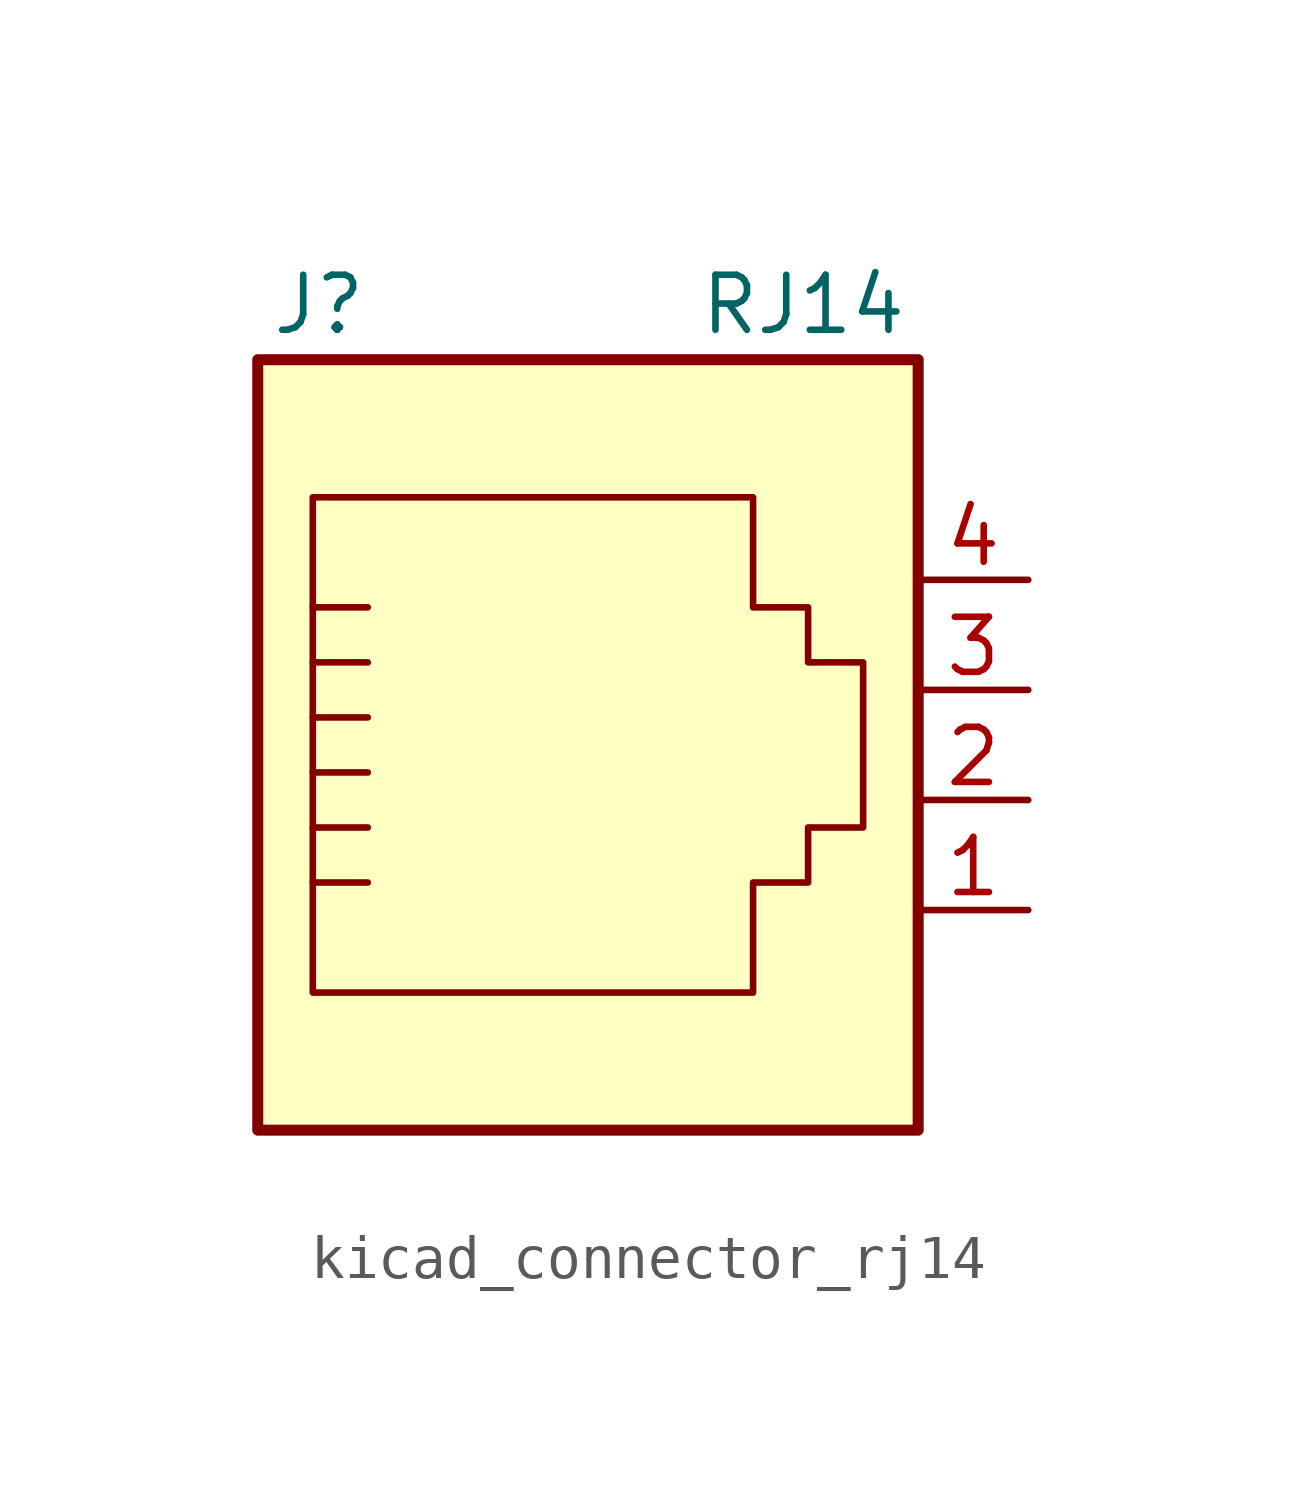
<source format=kicad_sym>
(kicad_symbol_lib
  (version 20220914)
  (generator kicad_symbol_editor)
  (symbol "kicad_connector_rj14"
    (pin_names
      (offset 1.016))
    (property "Reference" "J"
      (at -5.08 11.43 0)
      (effects (font (size 1.27 1.27)) (justify right)))
    (property "Value" "RJ14"
      (at 2.54 11.43 0)
      (effects (font (size 1.27 1.27)) (justify left)))
    (symbol "kicad_connector_rj14_0_1"
      (polyline (pts (xy -6.35 -1.905) (xy -5.08 -1.905) (xy -5.08 -1.905)) (stroke (width 0) (type default)) (fill (type none)))
      (polyline (pts (xy -6.35 -0.635) (xy -5.08 -0.635) (xy -5.08 -0.635)) (stroke (width 0) (type default)) (fill (type none)))
      (polyline (pts (xy -6.35 0.635) (xy -5.08 0.635) (xy -5.08 0.635)) (stroke (width 0) (type default)) (fill (type none)))
      (polyline (pts (xy -6.35 1.905) (xy -5.08 1.905) (xy -5.08 1.905)) (stroke (width 0) (type default)) (fill (type none)))
      (polyline (pts (xy -6.35 3.175) (xy -5.08 3.175) (xy -5.08 3.175)) (stroke (width 0) (type default)) (fill (type none)))
      (polyline (pts (xy -5.08 4.445) (xy -6.35 4.445) (xy -6.35 4.445)) (stroke (width 0) (type default)) (fill (type none)))
      (polyline (pts (xy -6.35 -4.445) (xy -6.35 6.985) (xy 3.81 6.985) (xy 3.81 4.445) (xy 5.08 4.445) (xy 5.08 3.175) (xy 6.35 3.175) (xy 6.35 -0.635) (xy 5.08 -0.635) (xy 5.08 -1.905) (xy 3.81 -1.905) (xy 3.81 -4.445) (xy -6.35 -4.445) (xy -6.35 -4.445)) (stroke (width 0) (type default)) (fill (type none)))
      (rectangle (start 7.62 10.16) (end -7.62 -7.62) (stroke (width 0.254) (type default)) (fill (type background))))
    (symbol "kicad_connector_rj14_1_1"
      (pin passive line (at 10.16 -2.54 180) (length 2.54) (name "~" (effects (font (size 1.27 1.27)))) (number "1" (effects (font (size 1.27 1.27)))))
      (pin passive line (at 10.16 0 180) (length 2.54) (name "~" (effects (font (size 1.27 1.27)))) (number "2" (effects (font (size 1.27 1.27)))))
      (pin passive line (at 10.16 2.54 180) (length 2.54) (name "~" (effects (font (size 1.27 1.27)))) (number "3" (effects (font (size 1.27 1.27)))))
      (pin passive line (at 10.16 5.08 180) (length 2.54) (name "~" (effects (font (size 1.27 1.27)))) (number "4" (effects (font (size 1.27 1.27))))))))
</source>
